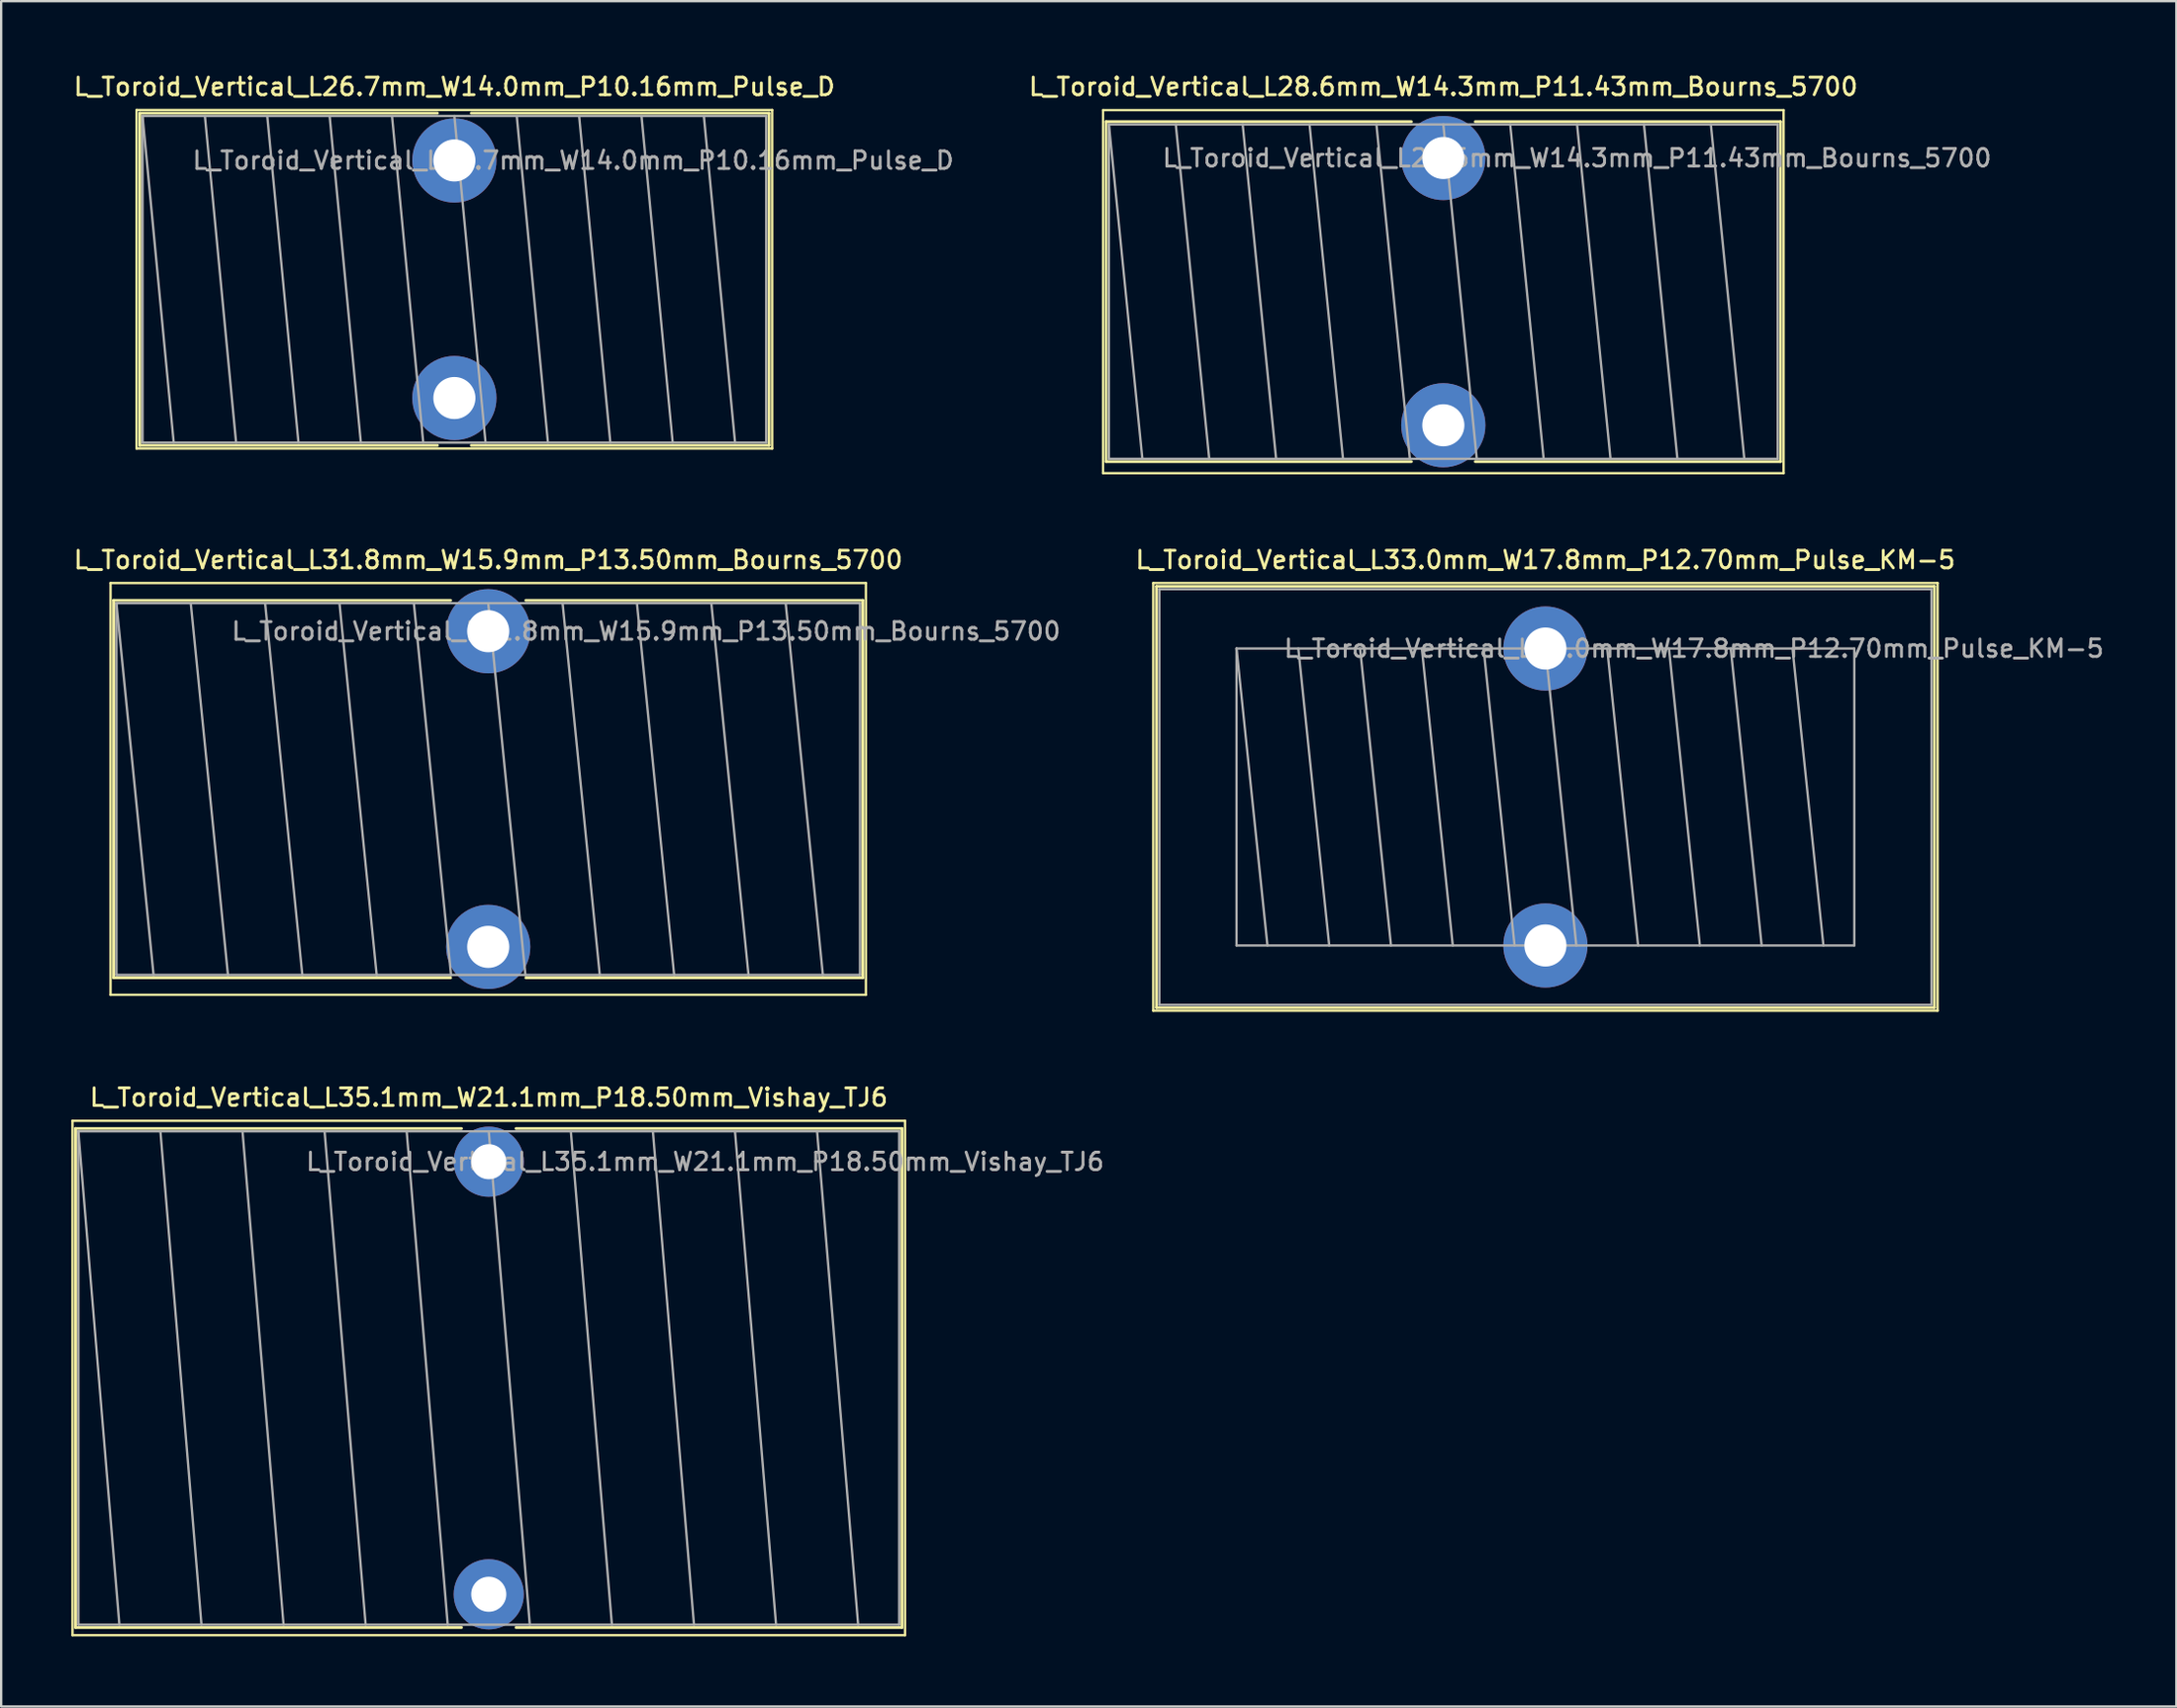
<source format=kicad_pcb>
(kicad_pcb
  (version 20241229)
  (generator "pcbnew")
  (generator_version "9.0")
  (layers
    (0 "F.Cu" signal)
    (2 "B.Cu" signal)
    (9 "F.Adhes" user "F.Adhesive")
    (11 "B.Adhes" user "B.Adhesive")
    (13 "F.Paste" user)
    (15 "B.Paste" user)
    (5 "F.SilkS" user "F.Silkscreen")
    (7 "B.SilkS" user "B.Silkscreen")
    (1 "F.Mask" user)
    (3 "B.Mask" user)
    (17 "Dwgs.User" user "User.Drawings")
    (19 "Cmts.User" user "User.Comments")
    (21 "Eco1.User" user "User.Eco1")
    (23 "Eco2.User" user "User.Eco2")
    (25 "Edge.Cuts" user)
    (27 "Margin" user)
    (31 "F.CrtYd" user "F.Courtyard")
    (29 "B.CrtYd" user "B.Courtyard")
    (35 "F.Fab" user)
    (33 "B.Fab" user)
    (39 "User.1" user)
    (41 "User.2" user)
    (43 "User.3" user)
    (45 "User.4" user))
  (footprint "L_Toroid_Vertical_L26.7mm_W14.0mm_P10.16mm_Pulse_D"
    (layer "F.Cu")
    (at 16.38 3.813)
    (property "Reference" "L_Toroid_Vertical_L26.7mm_W14.0mm_P10.16mm_Pulse_D" (at 0 -3.155 0) (layer "F.SilkS") (effects (font (size 0.75 0.75) (thickness 0.125))))
    (attr through_hole)
    (fp_line (start -13.59 -2.16) (end -13.59 12.32) (stroke (width 0.1) (type solid)) (layer "F.SilkS"))
    (fp_line (start -13.59 12.32) (end 13.59 12.32) (stroke (width 0.1) (type solid)) (layer "F.SilkS"))
    (fp_line (start -13.455 -2.025) (end -13.455 12.185) (stroke (width 0.12) (type solid)) (layer "F.SilkS"))
    (fp_line (start -13.455 -2.025) (end -0.725 -2.025) (stroke (width 0.12) (type solid)) (layer "F.SilkS"))
    (fp_line (start -13.455 12.185) (end -0.725 12.185) (stroke (width 0.12) (type solid)) (layer "F.SilkS"))
    (fp_line (start 0.725 -2.025) (end 13.455 -2.025) (stroke (width 0.12) (type solid)) (layer "F.SilkS"))
    (fp_line (start 0.725 12.185) (end 13.455 12.185) (stroke (width 0.12) (type solid)) (layer "F.SilkS"))
    (fp_line (start 13.455 -2.025) (end 13.455 12.185) (stroke (width 0.12) (type solid)) (layer "F.SilkS"))
    (fp_line (start 13.59 -2.16) (end -13.59 -2.16) (stroke (width 0.1) (type solid)) (layer "F.SilkS"))
    (fp_line (start 13.59 12.32) (end 13.59 -2.16) (stroke (width 0.1) (type solid)) (layer "F.SilkS"))
    (fp_line (start -13.335 -1.905) (end -13.335 12.065) (stroke (width 0.1) (type solid)) (layer "F.Fab"))
    (fp_line (start -13.335 -1.905) (end -12.002 12.065) (stroke (width 0.1) (type solid)) (layer "F.Fab"))
    (fp_line (start -13.335 12.065) (end 13.335 12.065) (stroke (width 0.1) (type solid)) (layer "F.Fab"))
    (fp_line (start -10.668 -1.905) (end -9.335 12.065) (stroke (width 0.1) (type solid)) (layer "F.Fab"))
    (fp_line (start -8.001 -1.905) (end -6.668 12.065) (stroke (width 0.1) (type solid)) (layer "F.Fab"))
    (fp_line (start -5.334 -1.905) (end -4 12.065) (stroke (width 0.1) (type solid)) (layer "F.Fab"))
    (fp_line (start -2.667 -1.905) (end -1.333 12.065) (stroke (width 0.1) (type solid)) (layer "F.Fab"))
    (fp_line (start 0 -1.905) (end 1.333 12.065) (stroke (width 0.1) (type solid)) (layer "F.Fab"))
    (fp_line (start 2.667 -1.905) (end 4 12.065) (stroke (width 0.1) (type solid)) (layer "F.Fab"))
    (fp_line (start 5.334 -1.905) (end 6.668 12.065) (stroke (width 0.1) (type solid)) (layer "F.Fab"))
    (fp_line (start 8.001 -1.905) (end 9.335 12.065) (stroke (width 0.1) (type solid)) (layer "F.Fab"))
    (fp_line (start 10.668 -1.905) (end 12.002 12.065) (stroke (width 0.1) (type solid)) (layer "F.Fab"))
    (fp_line (start 13.335 -1.905) (end -13.335 -1.905) (stroke (width 0.1) (type solid)) (layer "F.Fab"))
    (fp_line (start 13.335 12.065) (end 13.335 -1.905) (stroke (width 0.1) (type solid)) (layer "F.Fab"))
    (fp_text user "${REFERENCE}" (at 5.08 0 0) (layer "F.Fab") (effects (font (size 0.75 0.75) (thickness 0.125))))
    (pad "1" thru_hole circle (at 0 0) (size 3.6 3.6) (drill 1.8) (layers "*.Cu" "*.Mask"))
    (pad "2" thru_hole circle (at 0 10.16) (size 3.6 3.6) (drill 1.8) (layers "*.Cu" "*.Mask")))
  (footprint "L_Toroid_Vertical_L28.6mm_W14.3mm_P11.43mm_Bourns_5700"
    (layer "F.Cu")
    (at 58.668 3.708)
    (property "Reference" "L_Toroid_Vertical_L28.6mm_W14.3mm_P11.43mm_Bourns_5700" (at 0 -3.05 0) (layer "F.SilkS") (effects (font (size 0.75 0.75) (thickness 0.125))))
    (attr through_hole)
    (fp_line (start -14.55 -2.05) (end -14.55 13.48) (stroke (width 0.1) (type solid)) (layer "F.SilkS"))
    (fp_line (start -14.55 13.48) (end 14.55 13.48) (stroke (width 0.1) (type solid)) (layer "F.SilkS"))
    (fp_line (start -14.42 -1.555) (end -14.42 12.985) (stroke (width 0.12) (type solid)) (layer "F.SilkS"))
    (fp_line (start -14.42 -1.555) (end -1.365 -1.555) (stroke (width 0.12) (type solid)) (layer "F.SilkS"))
    (fp_line (start -14.42 12.985) (end -1.365 12.985) (stroke (width 0.12) (type solid)) (layer "F.SilkS"))
    (fp_line (start 1.365 -1.555) (end 14.42 -1.555) (stroke (width 0.12) (type solid)) (layer "F.SilkS"))
    (fp_line (start 1.365 12.985) (end 14.42 12.985) (stroke (width 0.12) (type solid)) (layer "F.SilkS"))
    (fp_line (start 14.42 -1.555) (end 14.42 12.985) (stroke (width 0.12) (type solid)) (layer "F.SilkS"))
    (fp_line (start 14.55 -2.05) (end -14.55 -2.05) (stroke (width 0.1) (type solid)) (layer "F.SilkS"))
    (fp_line (start 14.55 13.48) (end 14.55 -2.05) (stroke (width 0.1) (type solid)) (layer "F.SilkS"))
    (fp_line (start -14.3 -1.435) (end -14.3 12.865) (stroke (width 0.1) (type solid)) (layer "F.Fab"))
    (fp_line (start -14.3 -1.435) (end -12.87 12.865) (stroke (width 0.1) (type solid)) (layer "F.Fab"))
    (fp_line (start -14.3 12.865) (end 14.3 12.865) (stroke (width 0.1) (type solid)) (layer "F.Fab"))
    (fp_line (start -11.44 -1.435) (end -10.01 12.865) (stroke (width 0.1) (type solid)) (layer "F.Fab"))
    (fp_line (start -8.58 -1.435) (end -7.15 12.865) (stroke (width 0.1) (type solid)) (layer "F.Fab"))
    (fp_line (start -5.72 -1.435) (end -4.29 12.865) (stroke (width 0.1) (type solid)) (layer "F.Fab"))
    (fp_line (start -2.86 -1.435) (end -1.43 12.865) (stroke (width 0.1) (type solid)) (layer "F.Fab"))
    (fp_line (start 0 -1.435) (end 1.43 12.865) (stroke (width 0.1) (type solid)) (layer "F.Fab"))
    (fp_line (start 2.86 -1.435) (end 4.29 12.865) (stroke (width 0.1) (type solid)) (layer "F.Fab"))
    (fp_line (start 5.72 -1.435) (end 7.15 12.865) (stroke (width 0.1) (type solid)) (layer "F.Fab"))
    (fp_line (start 8.58 -1.435) (end 10.01 12.865) (stroke (width 0.1) (type solid)) (layer "F.Fab"))
    (fp_line (start 11.44 -1.435) (end 12.87 12.865) (stroke (width 0.1) (type solid)) (layer "F.Fab"))
    (fp_line (start 14.3 -1.435) (end -14.3 -1.435) (stroke (width 0.1) (type solid)) (layer "F.Fab"))
    (fp_line (start 14.3 12.865) (end 14.3 -1.435) (stroke (width 0.1) (type solid)) (layer "F.Fab"))
    (fp_text user "${REFERENCE}" (at 5.715 0 0) (layer "F.Fab") (effects (font (size 0.75 0.75) (thickness 0.125))))
    (pad "1" thru_hole circle (at 0 0) (size 3.6 3.6) (drill 1.8) (layers "*.Cu" "*.Mask"))
    (pad "2" thru_hole circle (at 0 11.43) (size 3.6 3.6) (drill 1.8) (layers "*.Cu" "*.Mask")))
  (footprint "L_Toroid_Vertical_L35.1mm_W21.1mm_P18.50mm_Vishay_TJ6"
    (layer "F.Cu")
    (at 17.85 46.634)
    (property "Reference" "L_Toroid_Vertical_L35.1mm_W21.1mm_P18.50mm_Vishay_TJ6" (at 0 -2.75 0) (layer "F.SilkS") (effects (font (size 0.75 0.75) (thickness 0.125))))
    (attr through_hole)
    (fp_line (start -17.8 -1.75) (end -17.8 20.25) (stroke (width 0.1) (type solid)) (layer "F.SilkS"))
    (fp_line (start -17.8 20.25) (end 17.8 20.25) (stroke (width 0.1) (type solid)) (layer "F.SilkS"))
    (fp_line (start -17.67 -1.42) (end -17.67 19.92) (stroke (width 0.12) (type solid)) (layer "F.SilkS"))
    (fp_line (start -17.67 -1.42) (end -1.166 -1.42) (stroke (width 0.12) (type solid)) (layer "F.SilkS"))
    (fp_line (start -17.67 19.92) (end -1.166 19.92) (stroke (width 0.12) (type solid)) (layer "F.SilkS"))
    (fp_line (start 1.166 -1.42) (end 17.67 -1.42) (stroke (width 0.12) (type solid)) (layer "F.SilkS"))
    (fp_line (start 1.166 19.92) (end 17.67 19.92) (stroke (width 0.12) (type solid)) (layer "F.SilkS"))
    (fp_line (start 17.67 -1.42) (end 17.67 19.92) (stroke (width 0.12) (type solid)) (layer "F.SilkS"))
    (fp_line (start 17.8 -1.75) (end -17.8 -1.75) (stroke (width 0.1) (type solid)) (layer "F.SilkS"))
    (fp_line (start 17.8 20.25) (end 17.8 -1.75) (stroke (width 0.1) (type solid)) (layer "F.SilkS"))
    (fp_line (start -17.55 -1.3) (end -17.55 19.8) (stroke (width 0.1) (type solid)) (layer "F.Fab"))
    (fp_line (start -17.55 -1.3) (end -15.795 19.8) (stroke (width 0.1) (type solid)) (layer "F.Fab"))
    (fp_line (start -17.55 19.8) (end 17.55 19.8) (stroke (width 0.1) (type solid)) (layer "F.Fab"))
    (fp_line (start -14.04 -1.3) (end -12.285 19.8) (stroke (width 0.1) (type solid)) (layer "F.Fab"))
    (fp_line (start -10.53 -1.3) (end -8.775 19.8) (stroke (width 0.1) (type solid)) (layer "F.Fab"))
    (fp_line (start -7.02 -1.3) (end -5.265 19.8) (stroke (width 0.1) (type solid)) (layer "F.Fab"))
    (fp_line (start -3.51 -1.3) (end -1.755 19.8) (stroke (width 0.1) (type solid)) (layer "F.Fab"))
    (fp_line (start 0 -1.3) (end 1.755 19.8) (stroke (width 0.1) (type solid)) (layer "F.Fab"))
    (fp_line (start 3.51 -1.3) (end 5.265 19.8) (stroke (width 0.1) (type solid)) (layer "F.Fab"))
    (fp_line (start 7.02 -1.3) (end 8.775 19.8) (stroke (width 0.1) (type solid)) (layer "F.Fab"))
    (fp_line (start 10.53 -1.3) (end 12.285 19.8) (stroke (width 0.1) (type solid)) (layer "F.Fab"))
    (fp_line (start 14.04 -1.3) (end 15.795 19.8) (stroke (width 0.1) (type solid)) (layer "F.Fab"))
    (fp_line (start 17.55 -1.3) (end -17.55 -1.3) (stroke (width 0.1) (type solid)) (layer "F.Fab"))
    (fp_line (start 17.55 19.8) (end 17.55 -1.3) (stroke (width 0.1) (type solid)) (layer "F.Fab"))
    (fp_text user "${REFERENCE}" (at 9.25 0 0) (layer "F.Fab") (effects (font (size 0.75 0.75) (thickness 0.125))))
    (pad "1" thru_hole circle (at 0 0) (size 3 3) (drill 1.5) (layers "*.Cu" "*.Mask"))
    (pad "2" thru_hole circle (at 0 18.5) (size 3 3) (drill 1.5) (layers "*.Cu" "*.Mask")))
  (footprint "L_Toroid_Vertical_L31.8mm_W15.9mm_P13.50mm_Bourns_5700"
    (layer "F.Cu")
    (at 17.827 23.946)
    (property "Reference" "L_Toroid_Vertical_L31.8mm_W15.9mm_P13.50mm_Bourns_5700" (at 0 -3.05 0) (layer "F.SilkS") (effects (font (size 0.75 0.75) (thickness 0.125))))
    (attr through_hole)
    (fp_line (start -16.15 -2.06) (end -16.15 15.55) (stroke (width 0.1) (type solid)) (layer "F.SilkS"))
    (fp_line (start -16.15 15.55) (end 16.15 15.55) (stroke (width 0.1) (type solid)) (layer "F.SilkS"))
    (fp_line (start -16.02 -1.32) (end -16.02 14.82) (stroke (width 0.12) (type solid)) (layer "F.SilkS"))
    (fp_line (start -16.02 -1.32) (end -1.608 -1.32) (stroke (width 0.12) (type solid)) (layer "F.SilkS"))
    (fp_line (start -16.02 14.82) (end -1.608 14.82) (stroke (width 0.12) (type solid)) (layer "F.SilkS"))
    (fp_line (start 1.608 -1.32) (end 16.02 -1.32) (stroke (width 0.12) (type solid)) (layer "F.SilkS"))
    (fp_line (start 1.608 14.82) (end 16.02 14.82) (stroke (width 0.12) (type solid)) (layer "F.SilkS"))
    (fp_line (start 16.02 -1.32) (end 16.02 14.82) (stroke (width 0.12) (type solid)) (layer "F.SilkS"))
    (fp_line (start 16.15 -2.06) (end -16.15 -2.06) (stroke (width 0.1) (type solid)) (layer "F.SilkS"))
    (fp_line (start 16.15 15.55) (end 16.15 -2.06) (stroke (width 0.1) (type solid)) (layer "F.SilkS"))
    (fp_line (start -15.9 -1.2) (end -15.9 14.7) (stroke (width 0.1) (type solid)) (layer "F.Fab"))
    (fp_line (start -15.9 -1.2) (end -14.31 14.7) (stroke (width 0.1) (type solid)) (layer "F.Fab"))
    (fp_line (start -15.9 14.7) (end 15.9 14.7) (stroke (width 0.1) (type solid)) (layer "F.Fab"))
    (fp_line (start -12.72 -1.2) (end -11.13 14.7) (stroke (width 0.1) (type solid)) (layer "F.Fab"))
    (fp_line (start -9.54 -1.2) (end -7.95 14.7) (stroke (width 0.1) (type solid)) (layer "F.Fab"))
    (fp_line (start -6.36 -1.2) (end -4.77 14.7) (stroke (width 0.1) (type solid)) (layer "F.Fab"))
    (fp_line (start -3.18 -1.2) (end -1.59 14.7) (stroke (width 0.1) (type solid)) (layer "F.Fab"))
    (fp_line (start 0 -1.2) (end 1.59 14.7) (stroke (width 0.1) (type solid)) (layer "F.Fab"))
    (fp_line (start 3.18 -1.2) (end 4.77 14.7) (stroke (width 0.1) (type solid)) (layer "F.Fab"))
    (fp_line (start 6.36 -1.2) (end 7.95 14.7) (stroke (width 0.1) (type solid)) (layer "F.Fab"))
    (fp_line (start 9.54 -1.2) (end 11.13 14.7) (stroke (width 0.1) (type solid)) (layer "F.Fab"))
    (fp_line (start 12.72 -1.2) (end 14.31 14.7) (stroke (width 0.1) (type solid)) (layer "F.Fab"))
    (fp_line (start 15.9 -1.2) (end -15.9 -1.2) (stroke (width 0.1) (type solid)) (layer "F.Fab"))
    (fp_line (start 15.9 14.7) (end 15.9 -1.2) (stroke (width 0.1) (type solid)) (layer "F.Fab"))
    (fp_text user "${REFERENCE}" (at 6.75 0 0) (layer "F.Fab") (effects (font (size 0.75 0.75) (thickness 0.125))))
    (pad "1" thru_hole circle (at 0 0) (size 3.6 3.6) (drill 1.8) (layers "*.Cu" "*.Mask"))
    (pad "2" thru_hole circle (at 0 13.5) (size 3.6 3.6) (drill 1.8) (layers "*.Cu" "*.Mask")))
  (footprint "L_Toroid_Vertical_L33.0mm_W17.8mm_P12.70mm_Pulse_KM-5"
    (layer "F.Cu")
    (at 63.034 24.686)
    (property "Reference" "L_Toroid_Vertical_L33.0mm_W17.8mm_P12.70mm_Pulse_KM-5" (at 0 -3.79 0) (layer "F.SilkS") (effects (font (size 0.75 0.75) (thickness 0.125))))
    (attr through_hole)
    (fp_line (start -16.77 -2.8) (end -16.77 15.49) (stroke (width 0.1) (type solid)) (layer "F.SilkS"))
    (fp_line (start -16.77 15.49) (end 16.77 15.49) (stroke (width 0.1) (type solid)) (layer "F.SilkS"))
    (fp_line (start -16.631 -2.66) (end -16.631 15.36) (stroke (width 0.12) (type solid)) (layer "F.SilkS"))
    (fp_line (start -16.631 -2.66) (end 16.631 -2.66) (stroke (width 0.12) (type solid)) (layer "F.SilkS"))
    (fp_line (start -16.631 15.36) (end 16.631 15.36) (stroke (width 0.12) (type solid)) (layer "F.SilkS"))
    (fp_line (start 16.631 -2.66) (end 16.631 15.36) (stroke (width 0.12) (type solid)) (layer "F.SilkS"))
    (fp_line (start 16.77 -2.8) (end -16.77 -2.8) (stroke (width 0.1) (type solid)) (layer "F.SilkS"))
    (fp_line (start 16.77 15.49) (end 16.77 -2.8) (stroke (width 0.1) (type solid)) (layer "F.SilkS"))
    (fp_line (start -16.51 -2.54) (end -16.51 15.24) (stroke (width 0.1) (type solid)) (layer "F.Fab"))
    (fp_line (start -16.51 15.24) (end 16.51 15.24) (stroke (width 0.1) (type solid)) (layer "F.Fab"))
    (fp_line (start -13.208 0) (end -13.208 12.7) (stroke (width 0.1) (type solid)) (layer "F.Fab"))
    (fp_line (start -13.208 0) (end -11.887 12.7) (stroke (width 0.1) (type solid)) (layer "F.Fab"))
    (fp_line (start -13.208 12.7) (end 13.208 12.7) (stroke (width 0.1) (type solid)) (layer "F.Fab"))
    (fp_line (start -10.566 0) (end -9.246 12.7) (stroke (width 0.1) (type solid)) (layer "F.Fab"))
    (fp_line (start -7.925 0) (end -6.604 12.7) (stroke (width 0.1) (type solid)) (layer "F.Fab"))
    (fp_line (start -5.283 0) (end -3.962 12.7) (stroke (width 0.1) (type solid)) (layer "F.Fab"))
    (fp_line (start -2.642 0) (end -1.321 12.7) (stroke (width 0.1) (type solid)) (layer "F.Fab"))
    (fp_line (start 0 0) (end 1.321 12.7) (stroke (width 0.1) (type solid)) (layer "F.Fab"))
    (fp_line (start 2.642 0) (end 3.962 12.7) (stroke (width 0.1) (type solid)) (layer "F.Fab"))
    (fp_line (start 5.283 0) (end 6.604 12.7) (stroke (width 0.1) (type solid)) (layer "F.Fab"))
    (fp_line (start 7.925 0) (end 9.246 12.7) (stroke (width 0.1) (type solid)) (layer "F.Fab"))
    (fp_line (start 10.566 0) (end 11.887 12.7) (stroke (width 0.1) (type solid)) (layer "F.Fab"))
    (fp_line (start 13.208 0) (end -13.208 0) (stroke (width 0.1) (type solid)) (layer "F.Fab"))
    (fp_line (start 13.208 12.7) (end 13.208 0) (stroke (width 0.1) (type solid)) (layer "F.Fab"))
    (fp_line (start 16.51 -2.54) (end -16.51 -2.54) (stroke (width 0.1) (type solid)) (layer "F.Fab"))
    (fp_line (start 16.51 15.24) (end 16.51 -2.54) (stroke (width 0.1) (type solid)) (layer "F.Fab"))
    (fp_text user "${REFERENCE}" (at 6.35 0 0) (layer "F.Fab") (effects (font (size 0.75 0.75) (thickness 0.125))))
    (pad "1" thru_hole circle (at 0 0) (size 3.6 3.6) (drill 1.8) (layers "*.Cu" "*.Mask"))
    (pad "2" thru_hole circle (at 0 12.7) (size 3.6 3.6) (drill 1.8) (layers "*.Cu" "*.Mask")))
  (gr_rect
    (start -3 -3)
    (end 90.014 69.934)
    (stroke (width 0.1) (type default))
    (fill no)
    (layer "Edge.Cuts")))
</source>
